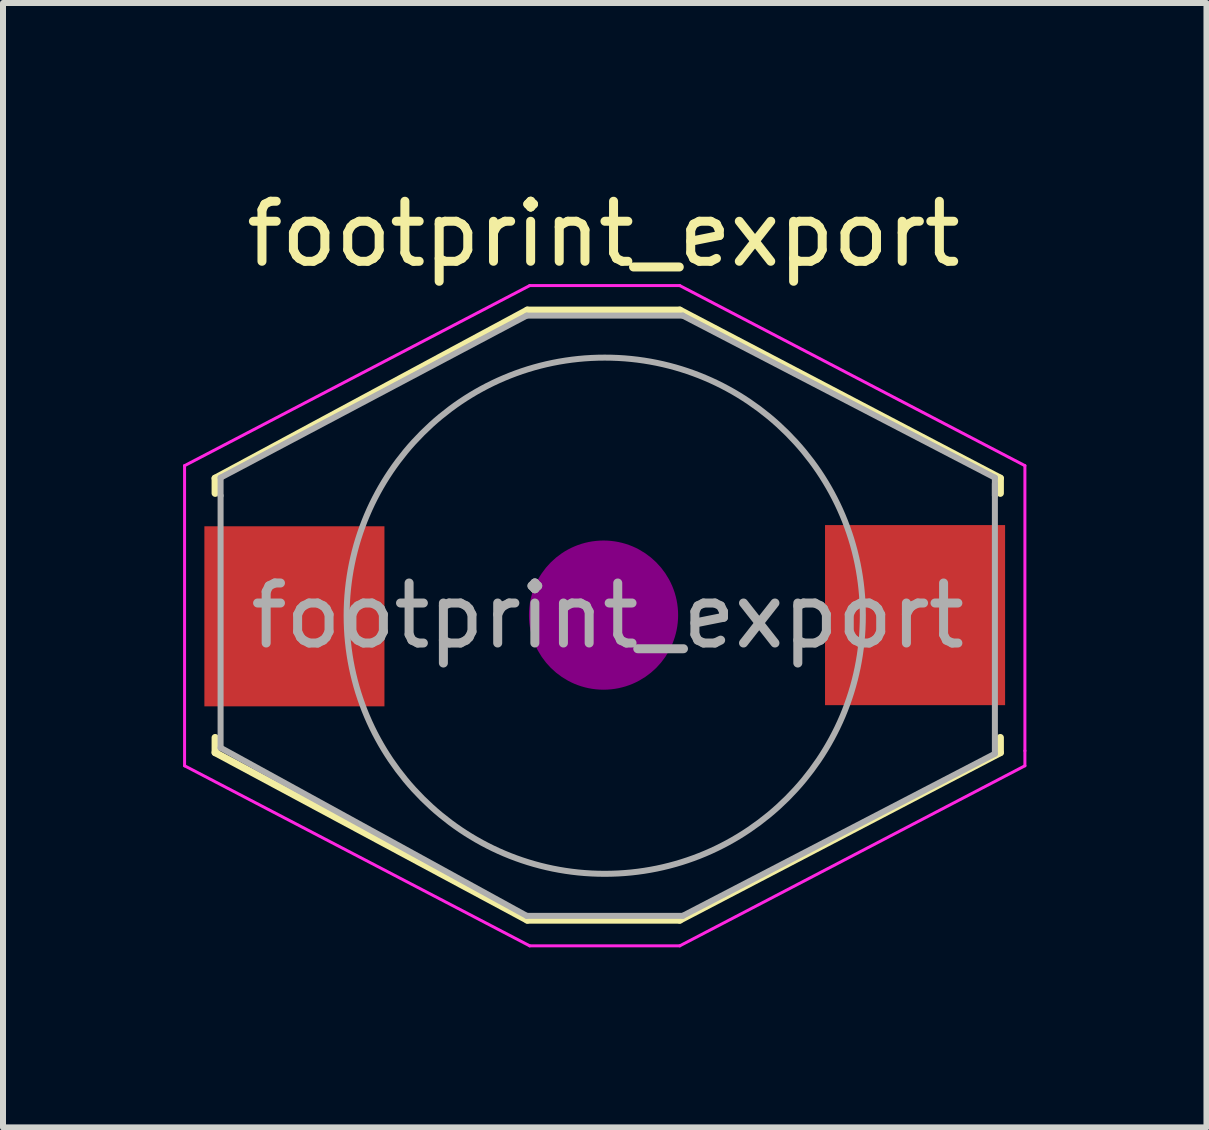
<source format=kicad_pcb>
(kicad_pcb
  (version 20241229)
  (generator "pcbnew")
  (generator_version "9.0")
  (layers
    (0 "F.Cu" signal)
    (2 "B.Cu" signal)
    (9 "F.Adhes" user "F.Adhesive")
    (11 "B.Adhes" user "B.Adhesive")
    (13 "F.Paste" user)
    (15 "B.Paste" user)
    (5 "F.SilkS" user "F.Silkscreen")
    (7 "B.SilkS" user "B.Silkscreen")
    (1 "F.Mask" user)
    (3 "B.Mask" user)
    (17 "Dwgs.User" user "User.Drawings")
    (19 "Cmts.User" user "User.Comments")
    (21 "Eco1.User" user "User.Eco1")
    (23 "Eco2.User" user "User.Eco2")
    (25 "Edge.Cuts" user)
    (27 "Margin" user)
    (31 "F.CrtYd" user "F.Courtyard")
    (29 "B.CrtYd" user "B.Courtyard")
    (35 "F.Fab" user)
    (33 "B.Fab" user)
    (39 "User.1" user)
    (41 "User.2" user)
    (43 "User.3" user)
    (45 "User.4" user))
  (footprint "footprint_export"
    (layer "F.Cu")
    (at 7.025 7.208)
    (property "Reference" "footprint_export" (at -0.02 -6.36 0) (layer "F.SilkS") (effects (font (size 1 1) (thickness 0.15))))
    (attr smd)
    (fp_line (start -6.49 -2.29) (end -6.49 -2.04) (stroke (width 0.12) (type solid)) (layer "F.SilkS"))
    (fp_line (start -6.49 2.28) (end -6.49 2.03) (stroke (width 0.12) (type solid)) (layer "F.SilkS"))
    (fp_line (start -1.29 -5.09) (end -6.49 -2.29) (stroke (width 0.12) (type solid)) (layer "F.SilkS"))
    (fp_line (start -1.29 -5.09) (end 1.25 -5.09) (stroke (width 0.12) (type solid)) (layer "F.SilkS"))
    (fp_line (start -1.29 5.07) (end -6.49 2.28) (stroke (width 0.12) (type solid)) (layer "F.SilkS"))
    (fp_line (start -1.29 5.07) (end 1.25 5.07) (stroke (width 0.12) (type solid)) (layer "F.SilkS"))
    (fp_line (start 1.25 -5.09) (end 6.59 -2.29) (stroke (width 0.12) (type solid)) (layer "F.SilkS"))
    (fp_line (start 1.25 5.07) (end 6.59 2.28) (stroke (width 0.12) (type solid)) (layer "F.SilkS"))
    (fp_line (start 6.59 -2.29) (end 6.59 -2.04) (stroke (width 0.12) (type solid)) (layer "F.SilkS"))
    (fp_line (start 6.59 2.28) (end 6.59 2.03) (stroke (width 0.12) (type solid)) (layer "F.SilkS"))
    (fp_line (start -0.02 -0.26) (end -0.02 0.25) (stroke (width 0.38) (type solid)) (layer "F.Adhes"))
    (fp_circle (center -0.02 -0.01) (end -0.02 0.5) (stroke (width 0.38) (type solid)) (fill no) (layer "F.Adhes"))
    (fp_circle (center -0.02 -0.01) (end 0.24 -0.01) (stroke (width 0.38) (type solid)) (fill no) (layer "F.Adhes"))
    (fp_circle (center -0.02 -0.01) (end 0.24 0.76) (stroke (width 0.38) (type solid)) (fill no) (layer "F.Adhes"))
    (fp_circle (center -0.02 -0.01) (end 0.24 1.01) (stroke (width 0.38) (type solid)) (fill no) (layer "F.Adhes"))
    (fp_line (start -7 -2.5) (end -1.25 -5.5) (stroke (width 0.05) (type solid)) (layer "F.CrtYd"))
    (fp_line (start -7 2.5) (end -7 -2.5) (stroke (width 0.05) (type solid)) (layer "F.CrtYd"))
    (fp_line (start -1.25 -5.5) (end 1.25 -5.5) (stroke (width 0.05) (type solid)) (layer "F.CrtYd"))
    (fp_line (start -1.25 5.5) (end -7 2.5) (stroke (width 0.05) (type solid)) (layer "F.CrtYd"))
    (fp_line (start 1.25 -5.5) (end 7 -2.5) (stroke (width 0.05) (type solid)) (layer "F.CrtYd"))
    (fp_line (start 1.25 5.5) (end -1.25 5.5) (stroke (width 0.05) (type solid)) (layer "F.CrtYd"))
    (fp_line (start 7 -2.5) (end 7 2.25) (stroke (width 0.05) (type solid)) (layer "F.CrtYd"))
    (fp_line (start 7 2.25) (end 7 2.5) (stroke (width 0.05) (type solid)) (layer "F.CrtYd"))
    (fp_line (start 7 2.5) (end 1.25 5.5) (stroke (width 0.05) (type solid)) (layer "F.CrtYd"))
    (fp_line (start -6.4 -2.3) (end -1.3 -5) (stroke (width 0.1) (type solid)) (layer "F.Fab"))
    (fp_line (start -6.4 -2) (end -6.4 -2.3) (stroke (width 0.1) (type solid)) (layer "F.Fab"))
    (fp_line (start -6.4 -2) (end -6.4 2.2) (stroke (width 0.1) (type solid)) (layer "F.Fab"))
    (fp_line (start -6.4 2.2) (end -1.3 5) (stroke (width 0.1) (type solid)) (layer "F.Fab"))
    (fp_line (start -1.3 -5) (end 1.3 -5) (stroke (width 0.1) (type solid)) (layer "F.Fab"))
    (fp_line (start -1.3 5) (end 1.3 5) (stroke (width 0.1) (type solid)) (layer "F.Fab"))
    (fp_line (start 1.3 -5) (end 6.5 -2.3) (stroke (width 0.1) (type solid)) (layer "F.Fab"))
    (fp_line (start 1.3 5) (end 6.5 2.3) (stroke (width 0.1) (type solid)) (layer "F.Fab"))
    (fp_line (start 6.5 -2.3) (end 6.5 -2) (stroke (width 0.1) (type solid)) (layer "F.Fab"))
    (fp_line (start 6.5 2.3) (end 6.5 -2.2) (stroke (width 0.1) (type solid)) (layer "F.Fab"))
    (fp_circle (center 0 0) (end 0 -4.3) (stroke (width 0.1) (type solid)) (fill no) (layer "F.Fab"))
    (fp_text user "${REFERENCE}" (at 0.05 0 0) (layer "F.Fab") (effects (font (size 1 1) (thickness 0.15))))
    (pad "1" smd rect (at 5.17 -0.01) (size 3 3) (layers "F.Cu" "F.Mask" "F.Paste"))
    (pad "2" smd rect (at -5.17 0.01) (size 3 3) (layers "F.Cu" "F.Mask" "F.Paste")))
  (gr_rect
    (start -3 -3)
    (end 17.05 15.733)
    (stroke (width 0.1) (type default))
    (fill no)
    (layer "Edge.Cuts")))
</source>
